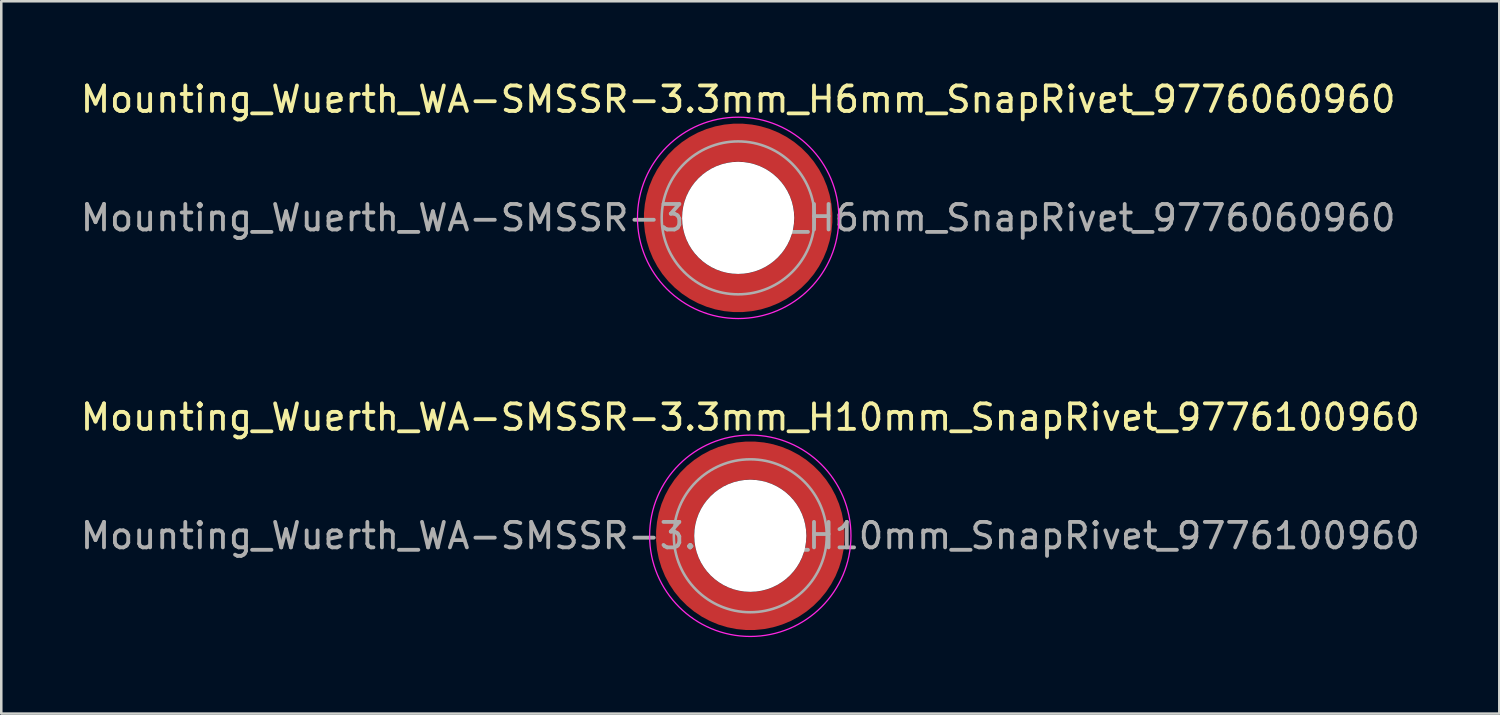
<source format=kicad_pcb>
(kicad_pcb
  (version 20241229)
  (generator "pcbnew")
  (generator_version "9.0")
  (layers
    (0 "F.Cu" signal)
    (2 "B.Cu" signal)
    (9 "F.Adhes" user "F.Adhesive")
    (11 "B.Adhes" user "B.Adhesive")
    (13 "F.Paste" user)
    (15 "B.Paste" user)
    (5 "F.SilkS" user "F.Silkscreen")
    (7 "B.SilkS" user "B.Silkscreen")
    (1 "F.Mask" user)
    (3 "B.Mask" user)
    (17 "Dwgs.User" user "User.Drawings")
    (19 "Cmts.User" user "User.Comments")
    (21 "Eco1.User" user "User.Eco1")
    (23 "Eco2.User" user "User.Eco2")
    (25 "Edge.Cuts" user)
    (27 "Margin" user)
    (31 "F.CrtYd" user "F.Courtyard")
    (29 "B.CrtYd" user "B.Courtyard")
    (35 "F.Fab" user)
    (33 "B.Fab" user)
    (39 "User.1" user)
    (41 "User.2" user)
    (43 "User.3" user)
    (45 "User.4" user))
  (footprint "Mounting_Wuerth_WA-SMSSR-3.3mm_H6mm_SnapRivet_9776060960"
    (layer "F.Cu")
    (at 25.911 5.498)
    (property "Reference" "Mounting_Wuerth_WA-SMSSR-3.3mm_H6mm_SnapRivet_9776060960" (at 0 -4.65 0) (layer "F.SilkS") (effects (font (size 1 1) (thickness 0.15))))
    (attr smd)
    (fp_circle (center 0 0) (end 3.95 0) (stroke (width 0.05) (type solid)) (fill no) (layer "F.CrtYd"))
    (fp_circle (center 0 0) (end 3 0) (stroke (width 0.1) (type solid)) (fill no) (layer "F.Fab"))
    (fp_text user "${REFERENCE}" (at 0 0 0) (layer "F.Fab") (effects (font (size 1 1) (thickness 0.15))))
    (pad "" smd custom (at -2.077 -2.077) (size 0.995 0.995) (layers "F.Paste") (options (anchor circle)) (primitives (gr_arc (start -0.208831 1.577126) (mid 0.422496 0.422496) (end 1.577126 -0.208831) (width 0.2)) (gr_arc (start -0.310669 1.577126) (mid 0.35208 0.35208) (end 1.577126 -0.310669) (width 0.2)) (gr_arc (start -0.412325 1.577126) (mid 0.281664 0.281664) (end 1.577126 -0.412325) (width 0.2)) (gr_arc (start -0.51382 1.577126) (mid 0.211248 0.211248) (end 1.577126 -0.51382) (width 0.2)) (gr_arc (start -0.615172 1.577126) (mid 0.140832 0.140832) (end 1.577126 -0.615172) (width 0.2)) (gr_arc (start -0.716397 1.577126) (mid 0.070416 0.070416) (end 1.577126 -0.716397) (width 0.2)) (gr_arc (start -0.817508 1.577126) (mid 0 0) (end 1.577126 -0.817508) (width 0.2)) (gr_arc (start -0.918517 1.577126) (mid -0.070416 -0.070416) (end 1.577126 -0.918517) (width 0.2)) (gr_arc (start -1.019433 1.577126) (mid -0.140832 -0.140832) (end 1.577126 -1.019433) (width 0.2)) (gr_arc (start -1.120266 1.577126) (mid -0.211248 -0.211248) (end 1.577126 -1.120266) (width 0.2)) (gr_arc (start -1.221022 1.577126) (mid -0.281664 -0.281664) (end 1.577126 -1.221022) (width 0.2)) (gr_arc (start -1.32171 1.577126) (mid -0.35208 -0.35208) (end 1.577126 -1.32171) (width 0.2)) (gr_arc (start -1.422335 1.577126) (mid -0.422497 -0.422497) (end 1.577126 -1.422335) (width 0.2)) (gr_line (start 1.577 -0.209) (end 1.577 -1.422) (width 0.2)) (gr_line (start -0.209 1.577) (end -1.422 1.577) (width 0.2))))
    (pad "" smd custom (at -2.077 2.077) (size 0.995 0.995) (layers "F.Paste") (options (anchor circle)) (primitives (gr_arc (start 1.577126 0.208831) (mid 0.422496 -0.422496) (end -0.208831 -1.577126) (width 0.2)) (gr_arc (start 1.577126 0.310669) (mid 0.35208 -0.35208) (end -0.310669 -1.577126) (width 0.2)) (gr_arc (start 1.577126 0.412325) (mid 0.281664 -0.281664) (end -0.412325 -1.577126) (width 0.2)) (gr_arc (start 1.577126 0.51382) (mid 0.211248 -0.211248) (end -0.51382 -1.577126) (width 0.2)) (gr_arc (start 1.577126 0.615172) (mid 0.140832 -0.140832) (end -0.615172 -1.577126) (width 0.2)) (gr_arc (start 1.577126 0.716397) (mid 0.070416 -0.070416) (end -0.716397 -1.577126) (width 0.2)) (gr_arc (start 1.577126 0.817508) (mid 0 0) (end -0.817508 -1.577126) (width 0.2)) (gr_arc (start 1.577126 0.918517) (mid -0.070416 0.070416) (end -0.918517 -1.577126) (width 0.2)) (gr_arc (start 1.577126 1.019433) (mid -0.140832 0.140832) (end -1.019433 -1.577126) (width 0.2)) (gr_arc (start 1.577126 1.120266) (mid -0.211248 0.211248) (end -1.120266 -1.577126) (width 0.2)) (gr_arc (start 1.577126 1.221022) (mid -0.281664 0.281664) (end -1.221022 -1.577126) (width 0.2)) (gr_arc (start 1.577126 1.32171) (mid -0.35208 0.35208) (end -1.32171 -1.577126) (width 0.2)) (gr_arc (start 1.577126 1.422335) (mid -0.422497 0.422497) (end -1.422335 -1.577126) (width 0.2)) (gr_line (start -0.209 -1.577) (end -1.422 -1.577) (width 0.2)) (gr_line (start 1.577 0.209) (end 1.577 1.422) (width 0.2))))
    (pad "" np_thru_hole circle (at 0 0) (size 4.4 4.4) (drill 4.4) (layers "*.Cu" "*.Mask"))
    (pad "" smd custom (at 2.077 -2.077) (size 0.995 0.995) (layers "F.Paste") (options (anchor circle)) (primitives (gr_arc (start -1.577126 -0.208831) (mid -0.422496 0.422496) (end 0.208831 1.577126) (width 0.2)) (gr_arc (start -1.577126 -0.310669) (mid -0.35208 0.35208) (end 0.310669 1.577126) (width 0.2)) (gr_arc (start -1.577126 -0.412325) (mid -0.281664 0.281664) (end 0.412325 1.577126) (width 0.2)) (gr_arc (start -1.577126 -0.51382) (mid -0.211248 0.211248) (end 0.51382 1.577126) (width 0.2)) (gr_arc (start -1.577126 -0.615172) (mid -0.140832 0.140832) (end 0.615172 1.577126) (width 0.2)) (gr_arc (start -1.577126 -0.716397) (mid -0.070416 0.070416) (end 0.716397 1.577126) (width 0.2)) (gr_arc (start -1.577126 -0.817508) (mid 0 0) (end 0.817508 1.577126) (width 0.2)) (gr_arc (start -1.577126 -0.918517) (mid 0.070416 -0.070416) (end 0.918517 1.577126) (width 0.2)) (gr_arc (start -1.577126 -1.019433) (mid 0.140832 -0.140832) (end 1.019433 1.577126) (width 0.2)) (gr_arc (start -1.577126 -1.120266) (mid 0.211248 -0.211248) (end 1.120266 1.577126) (width 0.2)) (gr_arc (start -1.577126 -1.221022) (mid 0.281664 -0.281664) (end 1.221022 1.577126) (width 0.2)) (gr_arc (start -1.577126 -1.32171) (mid 0.35208 -0.35208) (end 1.32171 1.577126) (width 0.2)) (gr_arc (start -1.577126 -1.422335) (mid 0.422497 -0.422497) (end 1.422335 1.577126) (width 0.2)) (gr_line (start 0.209 1.577) (end 1.422 1.577) (width 0.2)) (gr_line (start -1.577 -0.209) (end -1.577 -1.422) (width 0.2))))
    (pad "" smd custom (at 2.077 2.077) (size 0.995 0.995) (layers "F.Paste") (options (anchor circle)) (primitives (gr_arc (start 0.208831 -1.577126) (mid -0.422496 -0.422496) (end -1.577126 0.208831) (width 0.2)) (gr_arc (start 0.310669 -1.577126) (mid -0.35208 -0.35208) (end -1.577126 0.310669) (width 0.2)) (gr_arc (start 0.412325 -1.577126) (mid -0.281664 -0.281664) (end -1.577126 0.412325) (width 0.2)) (gr_arc (start 0.51382 -1.577126) (mid -0.211248 -0.211248) (end -1.577126 0.51382) (width 0.2)) (gr_arc (start 0.615172 -1.577126) (mid -0.140832 -0.140832) (end -1.577126 0.615172) (width 0.2)) (gr_arc (start 0.716397 -1.577126) (mid -0.070416 -0.070416) (end -1.577126 0.716397) (width 0.2)) (gr_arc (start 0.817508 -1.577126) (mid 0 0) (end -1.577126 0.817508) (width 0.2)) (gr_arc (start 0.918517 -1.577126) (mid 0.070416 0.070416) (end -1.577126 0.918517) (width 0.2)) (gr_arc (start 1.019433 -1.577126) (mid 0.140832 0.140832) (end -1.577126 1.019433) (width 0.2)) (gr_arc (start 1.120266 -1.577126) (mid 0.211248 0.211248) (end -1.577126 1.120266) (width 0.2)) (gr_arc (start 1.221022 -1.577126) (mid 0.281664 0.281664) (end -1.577126 1.221022) (width 0.2)) (gr_arc (start 1.32171 -1.577126) (mid 0.35208 0.35208) (end -1.577126 1.32171) (width 0.2)) (gr_arc (start 1.422335 -1.577126) (mid 0.422497 0.422497) (end -1.577126 1.422335) (width 0.2)) (gr_line (start -1.577 0.209) (end -1.577 1.422) (width 0.2)) (gr_line (start 0.209 -1.577) (end 1.422 -1.577) (width 0.2))))
    (pad "1" smd circle (at -2.95 0) (size 1.1 1.1) (layers "F.Cu"))
    (pad "1" smd circle (at 0 -2.95) (size 1.1 1.1) (layers "F.Cu"))
    (pad "1" smd circle (at 0 2.95) (size 1.1 1.1) (layers "F.Cu"))
    (pad "1" smd custom (at 2.95 0) (size 1.1 1.1) (layers "F.Cu" "F.Mask") (options (anchor circle)) (primitives (gr_circle (center -2.95 0) (end 0 0) (width 1.5) (fill no)))))
  (footprint "Mounting_Wuerth_WA-SMSSR-3.3mm_H10mm_SnapRivet_9776100960"
    (layer "F.Cu")
    (at 26.387 17.971)
    (property "Reference" "Mounting_Wuerth_WA-SMSSR-3.3mm_H10mm_SnapRivet_9776100960" (at 0 -4.65 0) (layer "F.SilkS") (effects (font (size 1 1) (thickness 0.15))))
    (attr smd)
    (fp_circle (center 0 0) (end 3.95 0) (stroke (width 0.05) (type solid)) (fill no) (layer "F.CrtYd"))
    (fp_circle (center 0 0) (end 3 0) (stroke (width 0.1) (type solid)) (fill no) (layer "F.Fab"))
    (fp_text user "${REFERENCE}" (at 0 0 0) (layer "F.Fab") (effects (font (size 1 1) (thickness 0.15))))
    (pad "" smd custom (at -2.077 -2.077) (size 0.995 0.995) (layers "F.Paste") (options (anchor circle)) (primitives (gr_arc (start -0.208831 1.577126) (mid 0.422496 0.422496) (end 1.577126 -0.208831) (width 0.2)) (gr_arc (start -0.310669 1.577126) (mid 0.35208 0.35208) (end 1.577126 -0.310669) (width 0.2)) (gr_arc (start -0.412325 1.577126) (mid 0.281664 0.281664) (end 1.577126 -0.412325) (width 0.2)) (gr_arc (start -0.51382 1.577126) (mid 0.211248 0.211248) (end 1.577126 -0.51382) (width 0.2)) (gr_arc (start -0.615172 1.577126) (mid 0.140832 0.140832) (end 1.577126 -0.615172) (width 0.2)) (gr_arc (start -0.716397 1.577126) (mid 0.070416 0.070416) (end 1.577126 -0.716397) (width 0.2)) (gr_arc (start -0.817508 1.577126) (mid 0 0) (end 1.577126 -0.817508) (width 0.2)) (gr_arc (start -0.918517 1.577126) (mid -0.070416 -0.070416) (end 1.577126 -0.918517) (width 0.2)) (gr_arc (start -1.019433 1.577126) (mid -0.140832 -0.140832) (end 1.577126 -1.019433) (width 0.2)) (gr_arc (start -1.120266 1.577126) (mid -0.211248 -0.211248) (end 1.577126 -1.120266) (width 0.2)) (gr_arc (start -1.221022 1.577126) (mid -0.281664 -0.281664) (end 1.577126 -1.221022) (width 0.2)) (gr_arc (start -1.32171 1.577126) (mid -0.35208 -0.35208) (end 1.577126 -1.32171) (width 0.2)) (gr_arc (start -1.422335 1.577126) (mid -0.422497 -0.422497) (end 1.577126 -1.422335) (width 0.2)) (gr_line (start 1.577 -0.209) (end 1.577 -1.422) (width 0.2)) (gr_line (start -0.209 1.577) (end -1.422 1.577) (width 0.2))))
    (pad "" smd custom (at -2.077 2.077) (size 0.995 0.995) (layers "F.Paste") (options (anchor circle)) (primitives (gr_arc (start 1.577126 0.208831) (mid 0.422496 -0.422496) (end -0.208831 -1.577126) (width 0.2)) (gr_arc (start 1.577126 0.310669) (mid 0.35208 -0.35208) (end -0.310669 -1.577126) (width 0.2)) (gr_arc (start 1.577126 0.412325) (mid 0.281664 -0.281664) (end -0.412325 -1.577126) (width 0.2)) (gr_arc (start 1.577126 0.51382) (mid 0.211248 -0.211248) (end -0.51382 -1.577126) (width 0.2)) (gr_arc (start 1.577126 0.615172) (mid 0.140832 -0.140832) (end -0.615172 -1.577126) (width 0.2)) (gr_arc (start 1.577126 0.716397) (mid 0.070416 -0.070416) (end -0.716397 -1.577126) (width 0.2)) (gr_arc (start 1.577126 0.817508) (mid 0 0) (end -0.817508 -1.577126) (width 0.2)) (gr_arc (start 1.577126 0.918517) (mid -0.070416 0.070416) (end -0.918517 -1.577126) (width 0.2)) (gr_arc (start 1.577126 1.019433) (mid -0.140832 0.140832) (end -1.019433 -1.577126) (width 0.2)) (gr_arc (start 1.577126 1.120266) (mid -0.211248 0.211248) (end -1.120266 -1.577126) (width 0.2)) (gr_arc (start 1.577126 1.221022) (mid -0.281664 0.281664) (end -1.221022 -1.577126) (width 0.2)) (gr_arc (start 1.577126 1.32171) (mid -0.35208 0.35208) (end -1.32171 -1.577126) (width 0.2)) (gr_arc (start 1.577126 1.422335) (mid -0.422497 0.422497) (end -1.422335 -1.577126) (width 0.2)) (gr_line (start -0.209 -1.577) (end -1.422 -1.577) (width 0.2)) (gr_line (start 1.577 0.209) (end 1.577 1.422) (width 0.2))))
    (pad "" np_thru_hole circle (at 0 0) (size 4.4 4.4) (drill 4.4) (layers "*.Cu" "*.Mask"))
    (pad "" smd custom (at 2.077 -2.077) (size 0.995 0.995) (layers "F.Paste") (options (anchor circle)) (primitives (gr_arc (start -1.577126 -0.208831) (mid -0.422496 0.422496) (end 0.208831 1.577126) (width 0.2)) (gr_arc (start -1.577126 -0.310669) (mid -0.35208 0.35208) (end 0.310669 1.577126) (width 0.2)) (gr_arc (start -1.577126 -0.412325) (mid -0.281664 0.281664) (end 0.412325 1.577126) (width 0.2)) (gr_arc (start -1.577126 -0.51382) (mid -0.211248 0.211248) (end 0.51382 1.577126) (width 0.2)) (gr_arc (start -1.577126 -0.615172) (mid -0.140832 0.140832) (end 0.615172 1.577126) (width 0.2)) (gr_arc (start -1.577126 -0.716397) (mid -0.070416 0.070416) (end 0.716397 1.577126) (width 0.2)) (gr_arc (start -1.577126 -0.817508) (mid 0 0) (end 0.817508 1.577126) (width 0.2)) (gr_arc (start -1.577126 -0.918517) (mid 0.070416 -0.070416) (end 0.918517 1.577126) (width 0.2)) (gr_arc (start -1.577126 -1.019433) (mid 0.140832 -0.140832) (end 1.019433 1.577126) (width 0.2)) (gr_arc (start -1.577126 -1.120266) (mid 0.211248 -0.211248) (end 1.120266 1.577126) (width 0.2)) (gr_arc (start -1.577126 -1.221022) (mid 0.281664 -0.281664) (end 1.221022 1.577126) (width 0.2)) (gr_arc (start -1.577126 -1.32171) (mid 0.35208 -0.35208) (end 1.32171 1.577126) (width 0.2)) (gr_arc (start -1.577126 -1.422335) (mid 0.422497 -0.422497) (end 1.422335 1.577126) (width 0.2)) (gr_line (start 0.209 1.577) (end 1.422 1.577) (width 0.2)) (gr_line (start -1.577 -0.209) (end -1.577 -1.422) (width 0.2))))
    (pad "" smd custom (at 2.077 2.077) (size 0.995 0.995) (layers "F.Paste") (options (anchor circle)) (primitives (gr_arc (start 0.208831 -1.577126) (mid -0.422496 -0.422496) (end -1.577126 0.208831) (width 0.2)) (gr_arc (start 0.310669 -1.577126) (mid -0.35208 -0.35208) (end -1.577126 0.310669) (width 0.2)) (gr_arc (start 0.412325 -1.577126) (mid -0.281664 -0.281664) (end -1.577126 0.412325) (width 0.2)) (gr_arc (start 0.51382 -1.577126) (mid -0.211248 -0.211248) (end -1.577126 0.51382) (width 0.2)) (gr_arc (start 0.615172 -1.577126) (mid -0.140832 -0.140832) (end -1.577126 0.615172) (width 0.2)) (gr_arc (start 0.716397 -1.577126) (mid -0.070416 -0.070416) (end -1.577126 0.716397) (width 0.2)) (gr_arc (start 0.817508 -1.577126) (mid 0 0) (end -1.577126 0.817508) (width 0.2)) (gr_arc (start 0.918517 -1.577126) (mid 0.070416 0.070416) (end -1.577126 0.918517) (width 0.2)) (gr_arc (start 1.019433 -1.577126) (mid 0.140832 0.140832) (end -1.577126 1.019433) (width 0.2)) (gr_arc (start 1.120266 -1.577126) (mid 0.211248 0.211248) (end -1.577126 1.120266) (width 0.2)) (gr_arc (start 1.221022 -1.577126) (mid 0.281664 0.281664) (end -1.577126 1.221022) (width 0.2)) (gr_arc (start 1.32171 -1.577126) (mid 0.35208 0.35208) (end -1.577126 1.32171) (width 0.2)) (gr_arc (start 1.422335 -1.577126) (mid 0.422497 0.422497) (end -1.577126 1.422335) (width 0.2)) (gr_line (start -1.577 0.209) (end -1.577 1.422) (width 0.2)) (gr_line (start 0.209 -1.577) (end 1.422 -1.577) (width 0.2))))
    (pad "1" smd circle (at -2.95 0) (size 1.1 1.1) (layers "F.Cu"))
    (pad "1" smd circle (at 0 -2.95) (size 1.1 1.1) (layers "F.Cu"))
    (pad "1" smd circle (at 0 2.95) (size 1.1 1.1) (layers "F.Cu"))
    (pad "1" smd custom (at 2.95 0) (size 1.1 1.1) (layers "F.Cu" "F.Mask") (options (anchor circle)) (primitives (gr_circle (center -2.95 0) (end 0 0) (width 1.5) (fill no)))))
  (gr_rect
    (start -3 -3)
    (end 55.774 24.947)
    (stroke (width 0.1) (type default))
    (fill no)
    (layer "Edge.Cuts")))
</source>
